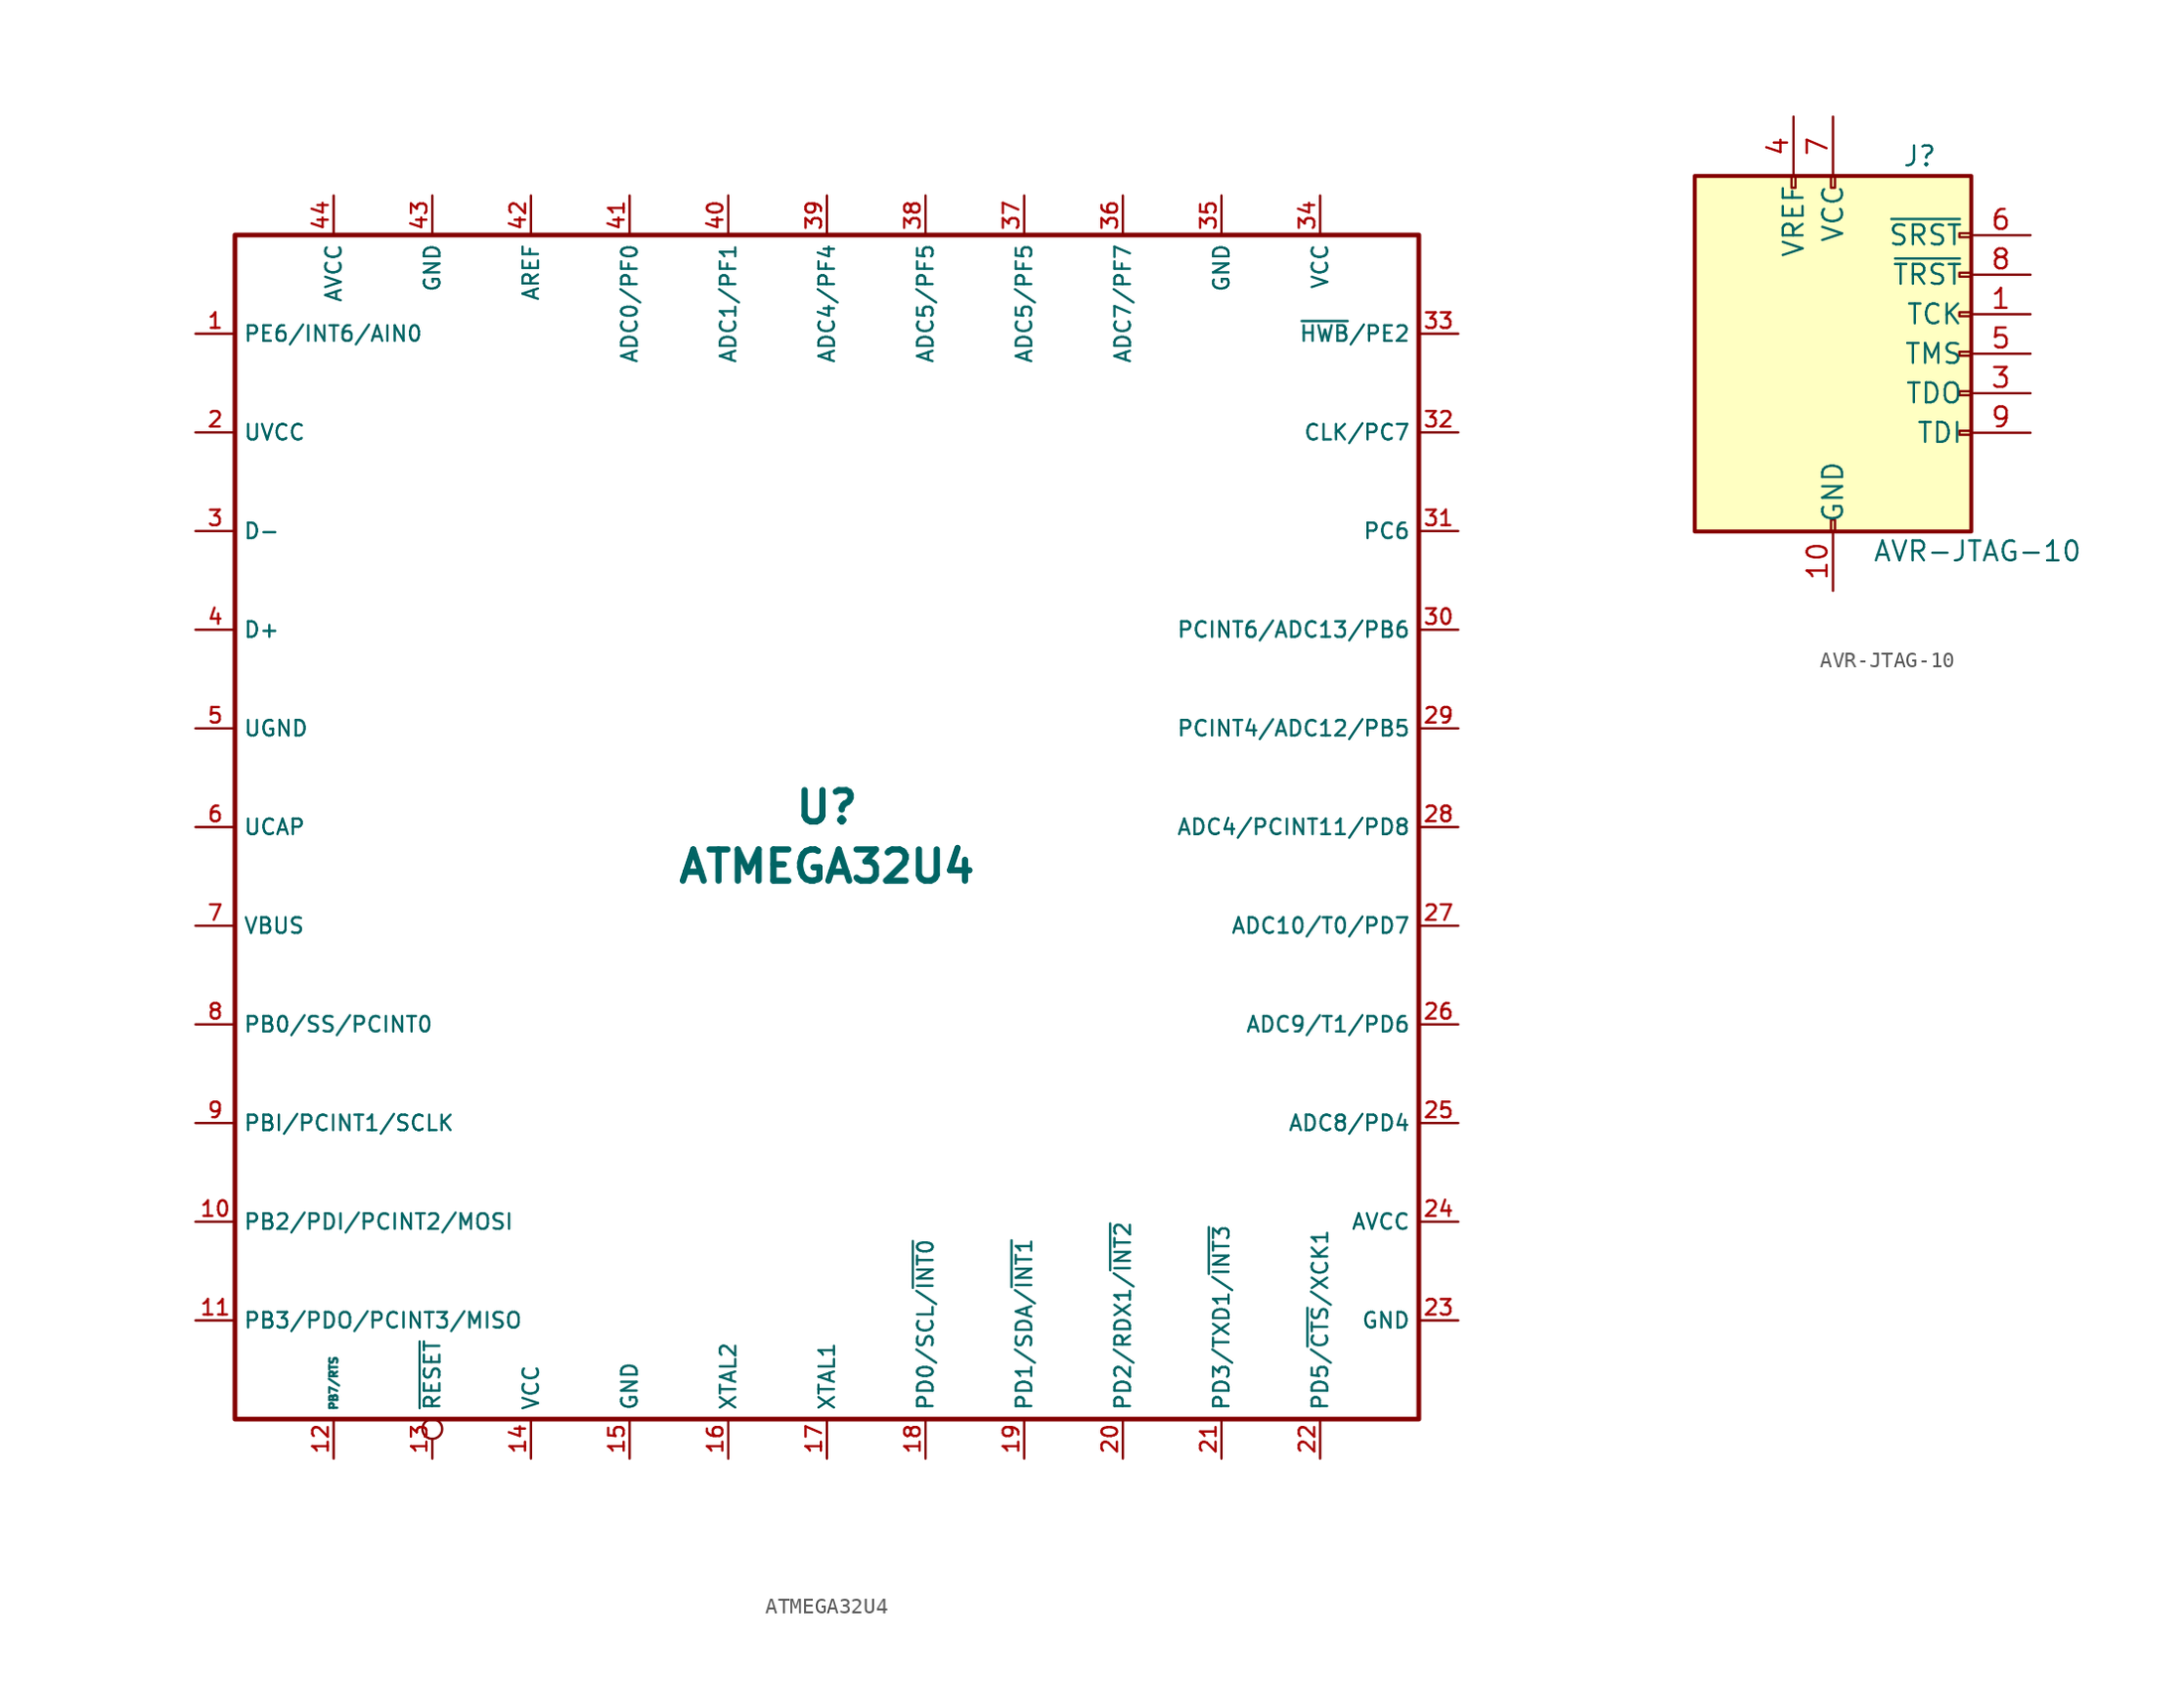
<source format=kicad_sym>
(kicad_symbol_lib
  (version 20200126)
  (host kicad_symbol_editor "(5.99.0-2039-g05a89863c)")
  (symbol "acheronSymbols:ATMEGA32U4"
    (property "Reference" "U"
      (at 0 1.27 0)
      (effects (font (size 2.007 2.007) bold)))
    (property "Value" "ATMEGA32U4"
      (at 0 -2.54 0)
      (effects (font (size 2.007 2.007) bold)))
    (symbol "ATMEGA32U4_0_1"
      (rectangle (start -38.1 38.1) (end 38.1 -38.1) (stroke (width 0.305)) (fill (type none))))
    (symbol "ATMEGA32U4_1_1"
      (pin bidirectional line (at -40.64 31.75 0) (length 2.54) (name "PE6/INT6/AIN0" (effects (font (size 0.991 0.991)))) (number "1" (effects (font (size 0.991 0.991)))))
      (pin bidirectional line (at -40.64 -25.4 0) (length 2.54) (name "PB2/PDI/PCINT2/MOSI" (effects (font (size 0.991 0.991)))) (number "10" (effects (font (size 0.991 0.991)))))
      (pin bidirectional line (at -40.64 -31.75 0) (length 2.54) (name "PB3/PDO/PCINT3/MISO" (effects (font (size 0.991 0.991)))) (number "11" (effects (font (size 0.991 0.991)))))
      (pin bidirectional line (at -31.75 -40.64 90) (length 2.54) (name "PB7/RTS" (effects (font (size 0.508 0.508)))) (number "12" (effects (font (size 0.991 0.991)))))
      (pin input inverted (at -25.4 -40.64 90) (length 2.54) (name "~RESET~" (effects (font (size 0.991 0.991)))) (number "13" (effects (font (size 0.991 0.991)))))
      (pin power_in line (at -19.05 -40.64 90) (length 2.54) (name "VCC" (effects (font (size 0.991 0.991)))) (number "14" (effects (font (size 0.991 0.991)))))
      (pin power_in line (at -12.7 -40.64 90) (length 2.54) (name "GND" (effects (font (size 0.991 0.991)))) (number "15" (effects (font (size 0.991 0.991)))))
      (pin input line (at -6.35 -40.64 90) (length 2.54) (name "XTAL2" (effects (font (size 0.991 0.991)))) (number "16" (effects (font (size 0.991 0.991)))))
      (pin input line (at 0 -40.64 90) (length 2.54) (name "XTAL1" (effects (font (size 0.991 0.991)))) (number "17" (effects (font (size 0.991 0.991)))))
      (pin bidirectional line (at 6.35 -40.64 90) (length 2.54) (name "PD0/SCL/~INT0~" (effects (font (size 0.991 0.991)))) (number "18" (effects (font (size 0.991 0.991)))))
      (pin bidirectional line (at 12.7 -40.64 90) (length 2.54) (name "PD1/SDA/~INT1~" (effects (font (size 0.991 0.991)))) (number "19" (effects (font (size 0.991 0.991)))))
      (pin power_in line (at -40.64 25.4 0) (length 2.54) (name "UVCC" (effects (font (size 0.991 0.991)))) (number "2" (effects (font (size 0.991 0.991)))))
      (pin bidirectional line (at 19.05 -40.64 90) (length 2.54) (name "PD2/RDX1/~INT2~" (effects (font (size 0.991 0.991)))) (number "20" (effects (font (size 0.991 0.991)))))
      (pin bidirectional line (at 25.4 -40.64 90) (length 2.54) (name "PD3/TXD1/~INT3~" (effects (font (size 0.991 0.991)))) (number "21" (effects (font (size 0.991 0.991)))))
      (pin bidirectional line (at 31.75 -40.64 90) (length 2.54) (name "PD5/~CTS~/XCK1" (effects (font (size 0.991 0.991)))) (number "22" (effects (font (size 0.991 0.991)))))
      (pin power_in line (at 40.64 -31.75 180) (length 2.54) (name "GND" (effects (font (size 0.991 0.991)))) (number "23" (effects (font (size 0.991 0.991)))))
      (pin power_in line (at 40.64 -25.4 180) (length 2.54) (name "AVCC" (effects (font (size 0.991 0.991)))) (number "24" (effects (font (size 0.991 0.991)))))
      (pin bidirectional line (at 40.64 -19.05 180) (length 2.54) (name "ADC8/PD4" (effects (font (size 0.991 0.991)))) (number "25" (effects (font (size 0.991 0.991)))))
      (pin bidirectional line (at 40.64 -12.7 180) (length 2.54) (name "ADC9/T1/PD6" (effects (font (size 0.991 0.991)))) (number "26" (effects (font (size 0.991 0.991)))))
      (pin bidirectional line (at 40.64 -6.35 180) (length 2.54) (name "ADC10/T0/PD7" (effects (font (size 0.991 0.991)))) (number "27" (effects (font (size 0.991 0.991)))))
      (pin bidirectional line (at 40.64 0 180) (length 2.54) (name "ADC4/PCINT11/PD8" (effects (font (size 0.991 0.991)))) (number "28" (effects (font (size 0.991 0.991)))))
      (pin bidirectional line (at 40.64 6.35 180) (length 2.54) (name "PCINT4/ADC12/PB5" (effects (font (size 0.991 0.991)))) (number "29" (effects (font (size 0.991 0.991)))))
      (pin bidirectional line (at -40.64 19.05 0) (length 2.54) (name "D-" (effects (font (size 0.991 0.991)))) (number "3" (effects (font (size 0.991 0.991)))))
      (pin bidirectional line (at 40.64 12.7 180) (length 2.54) (name "PCINT6/ADC13/PB6" (effects (font (size 0.991 0.991)))) (number "30" (effects (font (size 0.991 0.991)))))
      (pin bidirectional line (at 40.64 19.05 180) (length 2.54) (name "PC6" (effects (font (size 0.991 0.991)))) (number "31" (effects (font (size 0.991 0.991)))))
      (pin bidirectional line (at 40.64 25.4 180) (length 2.54) (name "CLK/PC7" (effects (font (size 0.991 0.991)))) (number "32" (effects (font (size 0.991 0.991)))))
      (pin bidirectional line (at 40.64 31.75 180) (length 2.54) (name "~HWB~/PE2" (effects (font (size 0.991 0.991)))) (number "33" (effects (font (size 0.991 0.991)))))
      (pin power_in line (at 31.75 40.64 270) (length 2.54) (name "VCC" (effects (font (size 0.991 0.991)))) (number "34" (effects (font (size 0.991 0.991)))))
      (pin power_in line (at 25.4 40.64 270) (length 2.54) (name "GND" (effects (font (size 0.991 0.991)))) (number "35" (effects (font (size 0.991 0.991)))))
      (pin bidirectional line (at 19.05 40.64 270) (length 2.54) (name "ADC7/PF7" (effects (font (size 0.991 0.991)))) (number "36" (effects (font (size 0.991 0.991)))))
      (pin bidirectional line (at 12.7 40.64 270) (length 2.54) (name "ADC5/PF5" (effects (font (size 0.991 0.991)))) (number "37" (effects (font (size 0.991 0.991)))))
      (pin bidirectional line (at 6.35 40.64 270) (length 2.54) (name "ADC5/PF5" (effects (font (size 0.991 0.991)))) (number "38" (effects (font (size 0.991 0.991)))))
      (pin bidirectional line (at 0 40.64 270) (length 2.54) (name "ADC4/PF4" (effects (font (size 0.991 0.991)))) (number "39" (effects (font (size 0.991 0.991)))))
      (pin bidirectional line (at -40.64 12.7 0) (length 2.54) (name "D+" (effects (font (size 0.991 0.991)))) (number "4" (effects (font (size 0.991 0.991)))))
      (pin bidirectional line (at -6.35 40.64 270) (length 2.54) (name "ADC1/PF1" (effects (font (size 0.991 0.991)))) (number "40" (effects (font (size 0.991 0.991)))))
      (pin bidirectional line (at -12.7 40.64 270) (length 2.54) (name "ADC0/PF0" (effects (font (size 0.991 0.991)))) (number "41" (effects (font (size 0.991 0.991)))))
      (pin input line (at -19.05 40.64 270) (length 2.54) (name "AREF" (effects (font (size 0.991 0.991)))) (number "42" (effects (font (size 0.991 0.991)))))
      (pin power_in line (at -25.4 40.64 270) (length 2.54) (name "GND" (effects (font (size 0.991 0.991)))) (number "43" (effects (font (size 0.991 0.991)))))
      (pin power_in line (at -31.75 40.64 270) (length 2.54) (name "AVCC" (effects (font (size 0.991 0.991)))) (number "44" (effects (font (size 0.991 0.991)))))
      (pin power_in line (at -40.64 6.35 0) (length 2.54) (name "UGND" (effects (font (size 0.991 0.991)))) (number "5" (effects (font (size 0.991 0.991)))))
      (pin input line (at -40.64 0 0) (length 2.54) (name "UCAP" (effects (font (size 0.991 0.991)))) (number "6" (effects (font (size 0.991 0.991)))))
      (pin power_in line (at -40.64 -6.35 0) (length 2.54) (name "VBUS" (effects (font (size 0.991 0.991)))) (number "7" (effects (font (size 0.991 0.991)))))
      (pin bidirectional line (at -40.64 -12.7 0) (length 2.54) (name "PB0/SS/PCINT0" (effects (font (size 0.991 0.991)))) (number "8" (effects (font (size 0.991 0.991)))))
      (pin bidirectional line (at -40.64 -19.05 0) (length 2.54) (name "PBI/PCINT1/SCLK" (effects (font (size 0.991 0.991)))) (number "9" (effects (font (size 0.991 0.991)))))))
  (symbol "acheronSymbols:AVR-JTAG-10"
    (property "Reference" "J"
      (at 4.445 12.7 0)
      (effects (font (size 1.27 1.27)) (justify left)))
    (property "Value" "AVR-JTAG-10"
      (at 2.54 -12.7 0)
      (effects (font (size 1.27 1.27)) (justify left)))
    (symbol "AVR-JTAG-10_0_1"
      (rectangle (start -2.667 11.43) (end -2.413 10.668) (stroke (width 0)) (fill (type none)))
      (rectangle (start -0.127 -10.668) (end 0.127 -11.43) (stroke (width 0)) (fill (type none)))
      (rectangle (start -0.127 11.43) (end 0.127 10.668) (stroke (width 0)) (fill (type none)))
      (rectangle (start 8.89 -4.953) (end 8.128 -5.207) (stroke (width 0)) (fill (type none)))
      (rectangle (start 8.89 -2.413) (end 8.128 -2.667) (stroke (width 0)) (fill (type none)))
      (rectangle (start 8.89 0.127) (end 8.128 -0.127) (stroke (width 0)) (fill (type none)))
      (rectangle (start 8.89 2.667) (end 8.128 2.413) (stroke (width 0)) (fill (type none)))
      (rectangle (start 8.89 5.207) (end 8.128 4.953) (stroke (width 0)) (fill (type none)))
      (rectangle (start 8.89 7.747) (end 8.128 7.493) (stroke (width 0)) (fill (type none)))
      (rectangle (start 8.89 11.43) (end -8.89 -11.43) (stroke (width 0.254)) (fill (type background))))
    (symbol "AVR-JTAG-10_1_1"
      (pin passive line (at 12.7 2.54 180) (length 3.81) (name "TCK" (effects (font (size 1.27 1.27)))) (number "1" (effects (font (size 1.27 1.27)))))
      (pin power_in line (at 0 -15.24 90) (length 3.81) (name "GND" (effects (font (size 1.27 1.27)))) (number "10" (effects (font (size 1.27 1.27)))))
      (pin passive line (at 0 -15.24 90) (length 3.81) hide (name "GND" (effects (font (size 1.27 1.27)))) (number "2" (effects (font (size 1.27 1.27)))))
      (pin passive line (at 12.7 -2.54 180) (length 3.81) (name "TDO" (effects (font (size 1.27 1.27)))) (number "3" (effects (font (size 1.27 1.27)))))
      (pin passive line (at -2.54 15.24 270) (length 3.81) (name "VREF" (effects (font (size 1.27 1.27)))) (number "4" (effects (font (size 1.27 1.27)))))
      (pin passive line (at 12.7 0 180) (length 3.81) (name "TMS" (effects (font (size 1.27 1.27)))) (number "5" (effects (font (size 1.27 1.27)))))
      (pin passive line (at 12.7 7.62 180) (length 3.81) (name "~SRST" (effects (font (size 1.27 1.27)))) (number "6" (effects (font (size 1.27 1.27)))))
      (pin power_in line (at 0 15.24 270) (length 3.81) (name "VCC" (effects (font (size 1.27 1.27)))) (number "7" (effects (font (size 1.27 1.27)))))
      (pin passive line (at 12.7 5.08 180) (length 3.81) (name "~TRST" (effects (font (size 1.27 1.27)))) (number "8" (effects (font (size 1.27 1.27)))))
      (pin passive line (at 12.7 -5.08 180) (length 3.81) (name "TDI" (effects (font (size 1.27 1.27)))) (number "9" (effects (font (size 1.27 1.27))))))))
</source>
